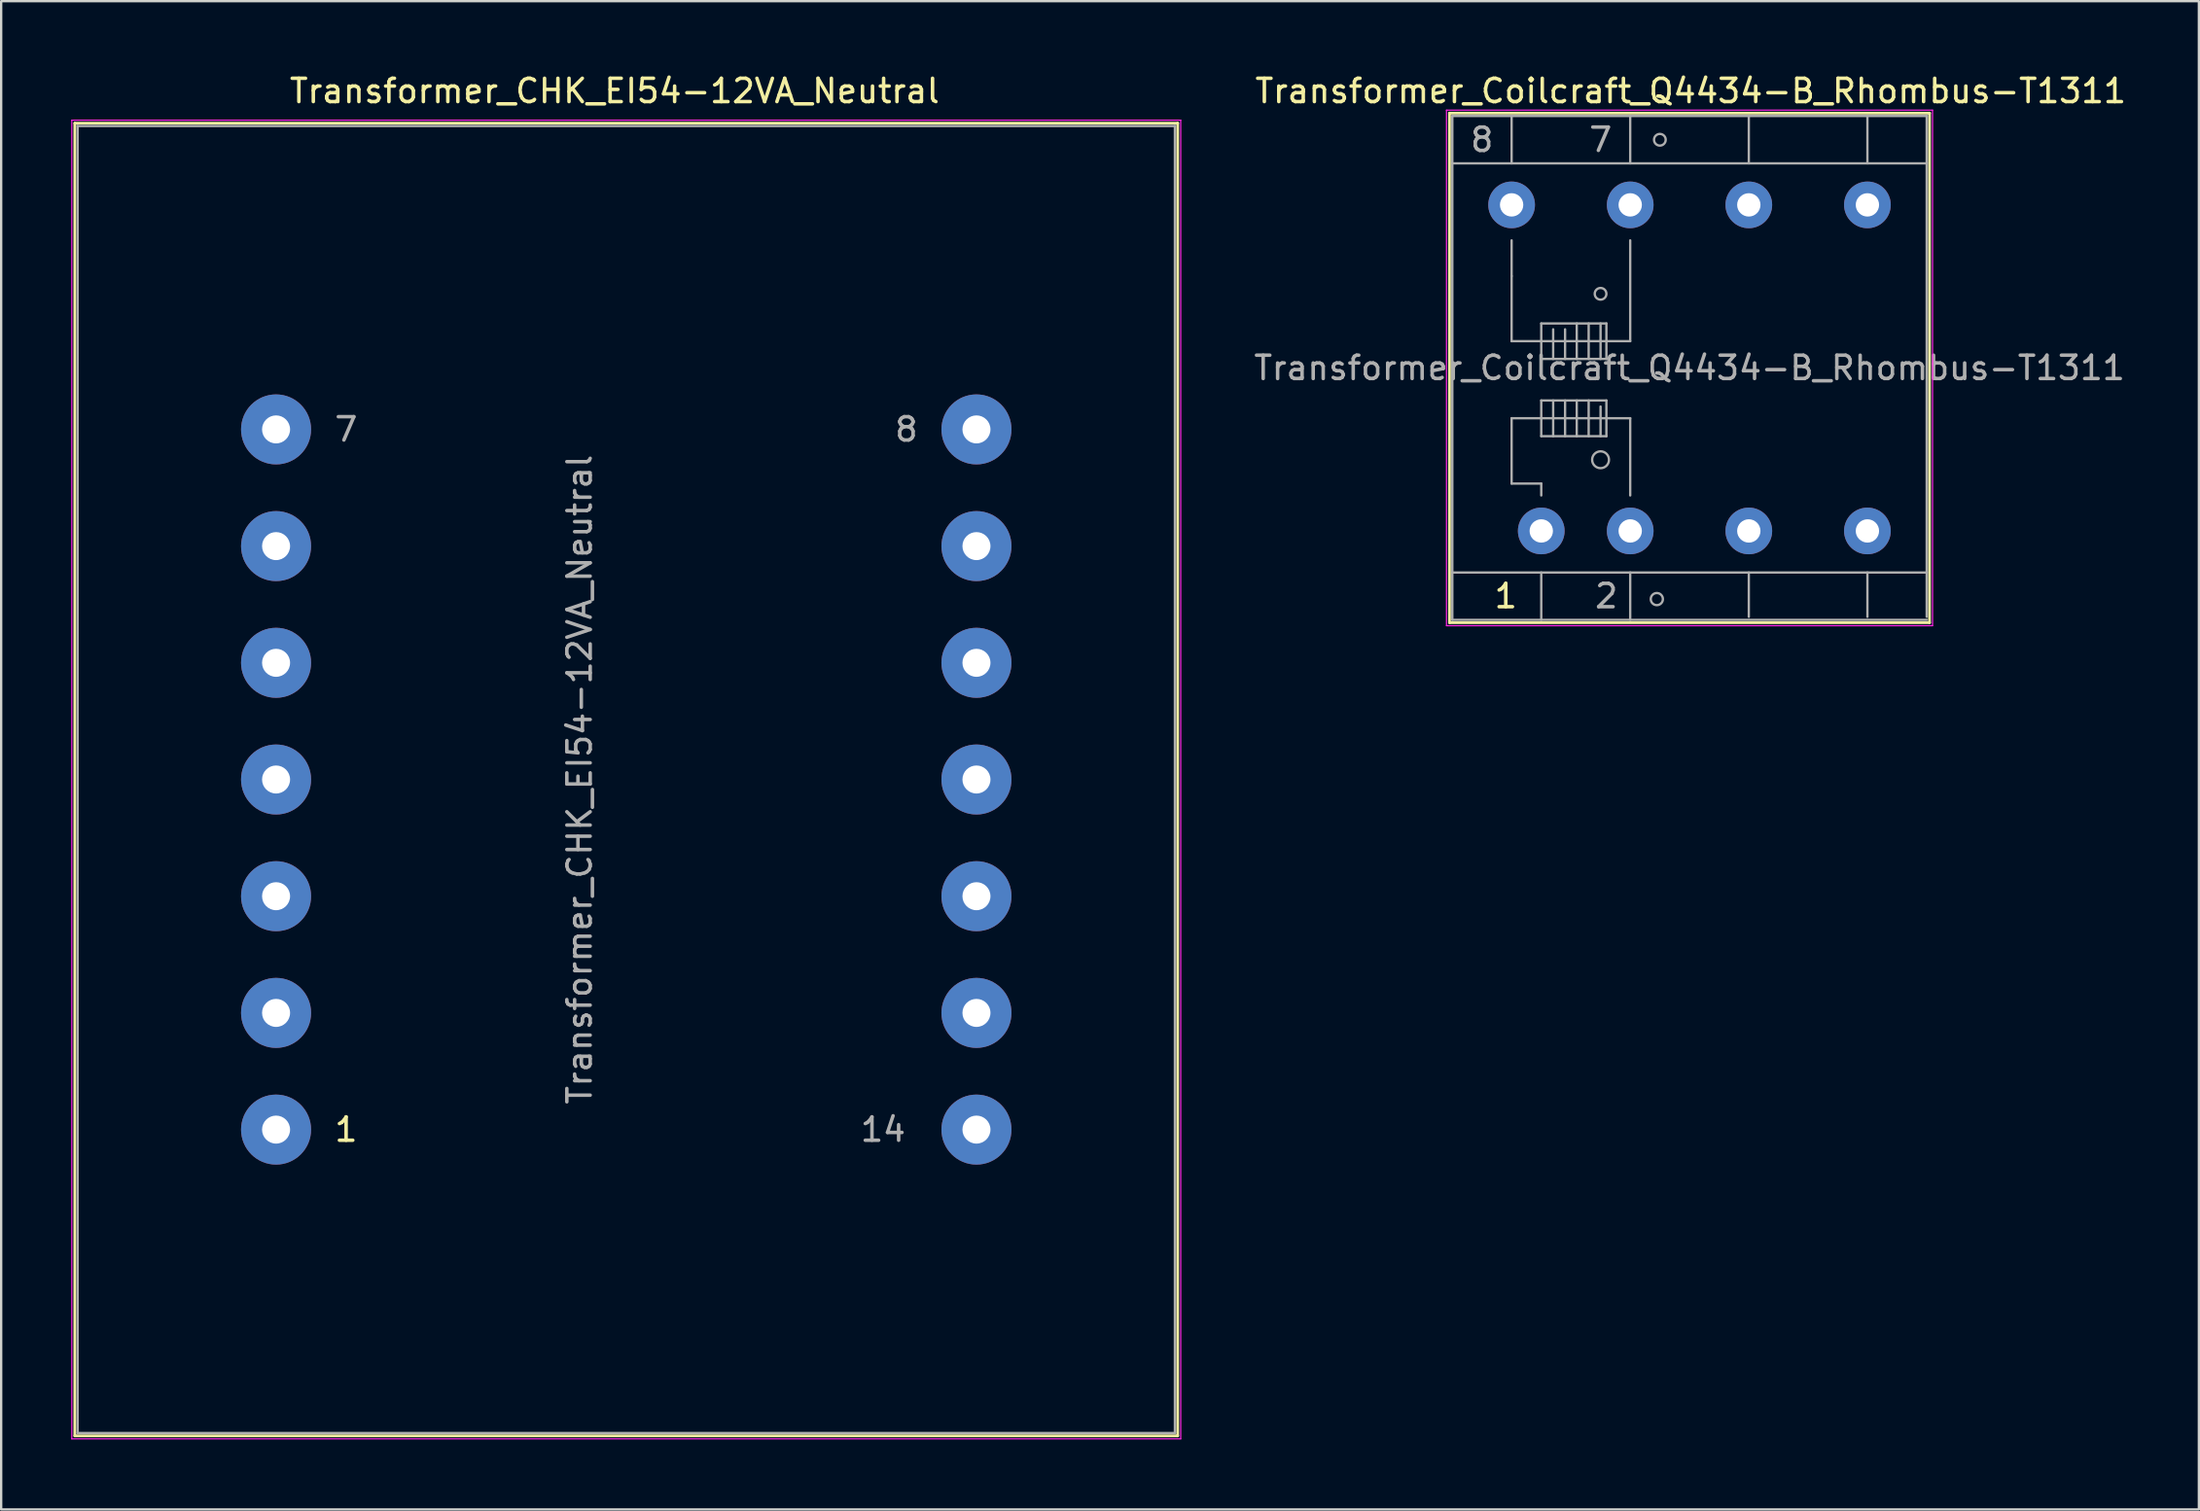
<source format=kicad_pcb>
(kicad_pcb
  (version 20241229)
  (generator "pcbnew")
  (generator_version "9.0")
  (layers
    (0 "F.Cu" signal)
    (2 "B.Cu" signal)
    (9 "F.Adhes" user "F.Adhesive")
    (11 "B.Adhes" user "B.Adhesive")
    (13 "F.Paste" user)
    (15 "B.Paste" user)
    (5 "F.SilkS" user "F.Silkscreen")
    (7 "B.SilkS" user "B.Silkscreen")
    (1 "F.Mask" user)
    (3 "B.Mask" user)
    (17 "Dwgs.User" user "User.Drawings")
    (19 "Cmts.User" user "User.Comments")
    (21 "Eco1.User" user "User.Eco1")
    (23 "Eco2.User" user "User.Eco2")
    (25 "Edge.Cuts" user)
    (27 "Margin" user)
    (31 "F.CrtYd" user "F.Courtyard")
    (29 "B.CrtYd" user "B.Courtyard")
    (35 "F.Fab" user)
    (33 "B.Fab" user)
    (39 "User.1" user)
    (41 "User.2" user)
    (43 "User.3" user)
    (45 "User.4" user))
  (footprint "Transformer_Coilcraft_Q4434-B_Rhombus-T1311"
    (layer "F.Cu")
    (at 62.968 19.698)
    (property "Reference" "Transformer_Coilcraft_Q4434-B_Rhombus-T1311" (at 6.4 -18.85 0) (layer "F.SilkS") (effects (font (size 1 1) (thickness 0.15))))
    (attr through_hole)
    (fp_line (start -3.93 -17.9) (end -3.93 3.93) (stroke (width 0.12) (type solid)) (layer "F.SilkS"))
    (fp_line (start -3.93 -17.9) (end 16.63 -17.9) (stroke (width 0.12) (type solid)) (layer "F.SilkS"))
    (fp_line (start 16.63 3.93) (end -3.93 3.93) (stroke (width 0.12) (type solid)) (layer "F.SilkS"))
    (fp_line (start 16.63 3.93) (end 16.63 -17.9) (stroke (width 0.12) (type solid)) (layer "F.SilkS"))
    (fp_line (start -4.06 -18.03) (end -4.06 4.06) (stroke (width 0.05) (type solid)) (layer "F.CrtYd"))
    (fp_line (start -4.06 -18.03) (end 16.76 -18.03) (stroke (width 0.05) (type solid)) (layer "F.CrtYd"))
    (fp_line (start 16.76 4.06) (end -4.06 4.06) (stroke (width 0.05) (type solid)) (layer "F.CrtYd"))
    (fp_line (start 16.76 4.06) (end 16.76 -18.03) (stroke (width 0.05) (type solid)) (layer "F.CrtYd"))
    (fp_line (start -3.81 -17.78) (end -3.81 -15.75) (stroke (width 0.1) (type solid)) (layer "F.Fab"))
    (fp_line (start -3.81 -15.75) (end -3.81 1.78) (stroke (width 0.1) (type solid)) (layer "F.Fab"))
    (fp_line (start -3.81 1.78) (end -3.81 3.81) (stroke (width 0.1) (type solid)) (layer "F.Fab"))
    (fp_line (start -3.81 1.78) (end 16.51 1.78) (stroke (width 0.1) (type solid)) (layer "F.Fab"))
    (fp_line (start -3.81 3.81) (end 16.51 3.81) (stroke (width 0.1) (type solid)) (layer "F.Fab"))
    (fp_line (start -1.27 -15.75) (end -1.27 -17.78) (stroke (width 0.1) (type solid)) (layer "F.Fab"))
    (fp_line (start -1.27 -12.45) (end -1.27 -10.92) (stroke (width 0.1) (type solid)) (layer "F.Fab"))
    (fp_line (start -1.27 -10.92) (end -1.27 -8.13) (stroke (width 0.1) (type solid)) (layer "F.Fab"))
    (fp_line (start -1.27 -8.13) (end 3.81 -8.13) (stroke (width 0.1) (type solid)) (layer "F.Fab"))
    (fp_line (start -1.27 -4.83) (end -1.27 -2.03) (stroke (width 0.1) (type solid)) (layer "F.Fab"))
    (fp_line (start -1.27 -2.03) (end 0 -2.03) (stroke (width 0.1) (type solid)) (layer "F.Fab"))
    (fp_line (start 0 -8.89) (end 2.79 -8.89) (stroke (width 0.1) (type solid)) (layer "F.Fab"))
    (fp_line (start 0 -7.37) (end 0 -8.89) (stroke (width 0.1) (type solid)) (layer "F.Fab"))
    (fp_line (start 0 -5.59) (end 0 -4.06) (stroke (width 0.1) (type solid)) (layer "F.Fab"))
    (fp_line (start 0 -4.83) (end -1.27 -4.83) (stroke (width 0.1) (type solid)) (layer "F.Fab"))
    (fp_line (start 0 -4.83) (end 3.81 -4.83) (stroke (width 0.1) (type solid)) (layer "F.Fab"))
    (fp_line (start 0 -4.06) (end 2.79 -4.06) (stroke (width 0.1) (type solid)) (layer "F.Fab"))
    (fp_line (start 0 -2.03) (end 0 -1.52) (stroke (width 0.1) (type solid)) (layer "F.Fab"))
    (fp_line (start 0 1.78) (end 0 3.81) (stroke (width 0.1) (type solid)) (layer "F.Fab"))
    (fp_line (start 0.51 -8.64) (end 0.51 -7.37) (stroke (width 0.1) (type solid)) (layer "F.Fab"))
    (fp_line (start 0.51 -5.59) (end 0.51 -4.06) (stroke (width 0.1) (type solid)) (layer "F.Fab"))
    (fp_line (start 1.02 -8.64) (end 1.02 -7.37) (stroke (width 0.1) (type solid)) (layer "F.Fab"))
    (fp_line (start 1.02 -5.59) (end 1.02 -4.06) (stroke (width 0.1) (type solid)) (layer "F.Fab"))
    (fp_line (start 1.52 -8.89) (end 1.52 -7.37) (stroke (width 0.1) (type solid)) (layer "F.Fab"))
    (fp_line (start 1.52 -5.59) (end 1.52 -4.06) (stroke (width 0.1) (type solid)) (layer "F.Fab"))
    (fp_line (start 2.03 -8.89) (end 2.03 -7.37) (stroke (width 0.1) (type solid)) (layer "F.Fab"))
    (fp_line (start 2.03 -5.59) (end 2.03 -4.06) (stroke (width 0.1) (type solid)) (layer "F.Fab"))
    (fp_line (start 2.54 -8.89) (end 2.54 -7.37) (stroke (width 0.1) (type solid)) (layer "F.Fab"))
    (fp_line (start 2.54 -5.33) (end 2.54 -4.06) (stroke (width 0.1) (type solid)) (layer "F.Fab"))
    (fp_line (start 2.79 -8.89) (end 2.79 -7.37) (stroke (width 0.1) (type solid)) (layer "F.Fab"))
    (fp_line (start 2.79 -7.37) (end 0 -7.37) (stroke (width 0.1) (type solid)) (layer "F.Fab"))
    (fp_line (start 2.79 -5.59) (end 0 -5.59) (stroke (width 0.1) (type solid)) (layer "F.Fab"))
    (fp_line (start 2.79 -4.06) (end 2.79 -5.59) (stroke (width 0.1) (type solid)) (layer "F.Fab"))
    (fp_line (start 3.81 -15.75) (end 3.81 -17.78) (stroke (width 0.1) (type solid)) (layer "F.Fab"))
    (fp_line (start 3.81 -8.13) (end 3.81 -12.45) (stroke (width 0.1) (type solid)) (layer "F.Fab"))
    (fp_line (start 3.81 -4.83) (end 3.81 -1.52) (stroke (width 0.1) (type solid)) (layer "F.Fab"))
    (fp_line (start 3.81 1.78) (end 3.81 3.81) (stroke (width 0.1) (type solid)) (layer "F.Fab"))
    (fp_line (start 8.89 -15.75) (end 8.89 -17.78) (stroke (width 0.1) (type solid)) (layer "F.Fab"))
    (fp_line (start 8.89 1.78) (end 8.89 3.68) (stroke (width 0.1) (type solid)) (layer "F.Fab"))
    (fp_line (start 13.97 -15.75) (end 13.97 -17.78) (stroke (width 0.1) (type solid)) (layer "F.Fab"))
    (fp_line (start 13.97 1.78) (end 13.97 3.68) (stroke (width 0.1) (type solid)) (layer "F.Fab"))
    (fp_line (start 16.51 -17.78) (end -3.81 -17.78) (stroke (width 0.1) (type solid)) (layer "F.Fab"))
    (fp_line (start 16.51 -17.78) (end 16.51 -15.75) (stroke (width 0.1) (type solid)) (layer "F.Fab"))
    (fp_line (start 16.51 -15.75) (end -3.81 -15.75) (stroke (width 0.1) (type solid)) (layer "F.Fab"))
    (fp_line (start 16.51 1.78) (end 16.51 -15.75) (stroke (width 0.1) (type solid)) (layer "F.Fab"))
    (fp_line (start 16.51 1.78) (end 16.51 3.68) (stroke (width 0.1) (type solid)) (layer "F.Fab"))
    (fp_circle (center 2.54 -10.16) (end 2.54 -9.91) (stroke (width 0.1) (type solid)) (fill no) (layer "F.Fab"))
    (fp_circle (center 2.54 -3.05) (end 2.79 -2.79) (stroke (width 0.1) (type solid)) (fill no) (layer "F.Fab"))
    (fp_circle (center 4.95 2.92) (end 4.95 3.18) (stroke (width 0.1) (type solid)) (fill no) (layer "F.Fab"))
    (fp_circle (center 5.08 -16.76) (end 5.08 -16.51) (stroke (width 0.1) (type solid)) (fill no) (layer "F.Fab"))
    (fp_text user "1" (at -1.52 2.79 0) (layer "F.SilkS") (effects (font (size 1 1) (thickness 0.15))))
    (fp_text user "7" (at 2.54 -16.76 0) (layer "F.Fab") (effects (font (size 1 1) (thickness 0.15))))
    (fp_text user "8" (at -2.54 -16.76 0) (layer "F.Fab") (effects (font (size 1 1) (thickness 0.15))))
    (fp_text user "2" (at 2.79 2.79 0) (layer "F.Fab") (effects (font (size 1 1) (thickness 0.15))))
    (fp_text user "${REFERENCE}" (at 6.35 -6.985 0) (layer "F.Fab") (effects (font (size 1 1) (thickness 0.15))))
    (pad "1" thru_hole circle (at 0 0) (size 2 2) (drill 1) (layers "*.Cu" "*.Mask"))
    (pad "2" thru_hole circle (at 3.81 0) (size 2 2) (drill 1) (layers "*.Cu" "*.Mask"))
    (pad "3" thru_hole circle (at 8.89 0) (size 2 2) (drill 1) (layers "*.Cu" "*.Mask"))
    (pad "4" thru_hole circle (at 13.97 0) (size 2 2) (drill 1) (layers "*.Cu" "*.Mask"))
    (pad "5" thru_hole circle (at 13.97 -13.97) (size 2 2) (drill 1) (layers "*.Cu" "*.Mask"))
    (pad "6" thru_hole circle (at 8.89 -13.97) (size 2 2) (drill 1) (layers "*.Cu" "*.Mask"))
    (pad "7" thru_hole circle (at 3.81 -13.97) (size 2 2) (drill 1) (layers "*.Cu" "*.Mask"))
    (pad "8" thru_hole circle (at -1.27 -13.97) (size 2 2) (drill 1) (layers "*.Cu" "*.Mask")))
  (footprint "Transformer_CHK_EI54-12VA_Neutral"
    (layer "F.Cu")
    (at 8.775 45.348)
    (property "Reference" "Transformer_CHK_EI54-12VA_Neutral" (at 14.5 -44.5 0) (layer "F.SilkS") (effects (font (size 1 1) (thickness 0.15))))
    (attr through_hole)
    (fp_line (start -8.62 -43.12) (end -8.62 13.12) (stroke (width 0.12) (type solid)) (layer "F.SilkS"))
    (fp_line (start -8.62 -43.12) (end 38.62 -43.12) (stroke (width 0.12) (type solid)) (layer "F.SilkS"))
    (fp_line (start 38.62 13.12) (end -8.62 13.12) (stroke (width 0.12) (type solid)) (layer "F.SilkS"))
    (fp_line (start 38.62 13.12) (end 38.62 -43.12) (stroke (width 0.12) (type solid)) (layer "F.SilkS"))
    (fp_line (start -8.75 -43.25) (end -8.75 13.25) (stroke (width 0.05) (type solid)) (layer "F.CrtYd"))
    (fp_line (start -8.75 -43.25) (end 38.75 -43.25) (stroke (width 0.05) (type solid)) (layer "F.CrtYd"))
    (fp_line (start 38.75 13.25) (end -8.75 13.25) (stroke (width 0.05) (type solid)) (layer "F.CrtYd"))
    (fp_line (start 38.75 13.25) (end 38.75 -43.25) (stroke (width 0.05) (type solid)) (layer "F.CrtYd"))
    (fp_line (start -8.5 -43) (end -8.5 13) (stroke (width 0.1) (type solid)) (layer "F.Fab"))
    (fp_line (start -8.5 13) (end 38.5 13) (stroke (width 0.1) (type solid)) (layer "F.Fab"))
    (fp_line (start 38.5 -43) (end -8.5 -43) (stroke (width 0.1) (type solid)) (layer "F.Fab"))
    (fp_line (start 38.5 13) (end 38.5 -43) (stroke (width 0.1) (type solid)) (layer "F.Fab"))
    (fp_text user "1" (at 3 0 0) (layer "F.SilkS") (effects (font (size 1 1) (thickness 0.15))))
    (fp_text user "7" (at 3 -30 0) (layer "F.Fab") (effects (font (size 1 1) (thickness 0.15))))
    (fp_text user "14" (at 26 0 0) (layer "F.Fab") (effects (font (size 1 1) (thickness 0.15))))
    (fp_text user "8" (at 27 -30 0) (layer "F.Fab") (effects (font (size 1 1) (thickness 0.15))))
    (fp_text user "${REFERENCE}" (at 13 -15 90) (layer "F.Fab") (effects (font (size 1 1) (thickness 0.15))))
    (pad "1" thru_hole circle (at 0 0) (size 3 3) (drill 1.2) (layers "*.Cu" "*.Mask"))
    (pad "2" thru_hole circle (at 0 -5) (size 3 3) (drill 1.2) (layers "*.Cu" "*.Mask"))
    (pad "3" thru_hole circle (at 0 -10) (size 3 3) (drill 1.2) (layers "*.Cu" "*.Mask"))
    (pad "4" thru_hole circle (at 0 -15) (size 3 3) (drill 1.2) (layers "*.Cu" "*.Mask"))
    (pad "5" thru_hole circle (at 0 -20) (size 3 3) (drill 1.2) (layers "*.Cu" "*.Mask"))
    (pad "6" thru_hole circle (at 0 -25) (size 3 3) (drill 1.2) (layers "*.Cu" "*.Mask"))
    (pad "7" thru_hole circle (at 0 -30) (size 3 3) (drill 1.2) (layers "*.Cu" "*.Mask"))
    (pad "8" thru_hole circle (at 30 -30) (size 3 3) (drill 1.2) (layers "*.Cu" "*.Mask"))
    (pad "9" thru_hole circle (at 30 -25) (size 3 3) (drill 1.2) (layers "*.Cu" "*.Mask"))
    (pad "10" thru_hole circle (at 30 -20) (size 3 3) (drill 1.2) (layers "*.Cu" "*.Mask"))
    (pad "11" thru_hole circle (at 30 -15) (size 3 3) (drill 1.2) (layers "*.Cu" "*.Mask"))
    (pad "12" thru_hole circle (at 30 -10) (size 3 3) (drill 1.2) (layers "*.Cu" "*.Mask"))
    (pad "13" thru_hole circle (at 30 -5) (size 3 3) (drill 1.2) (layers "*.Cu" "*.Mask"))
    (pad "14" thru_hole circle (at 30 0) (size 3 3) (drill 1.2) (layers "*.Cu" "*.Mask")))
  (gr_rect
    (start -3 -3)
    (end 91.136 61.623)
    (stroke (width 0.1) (type default))
    (fill no)
    (layer "Edge.Cuts")))
</source>
